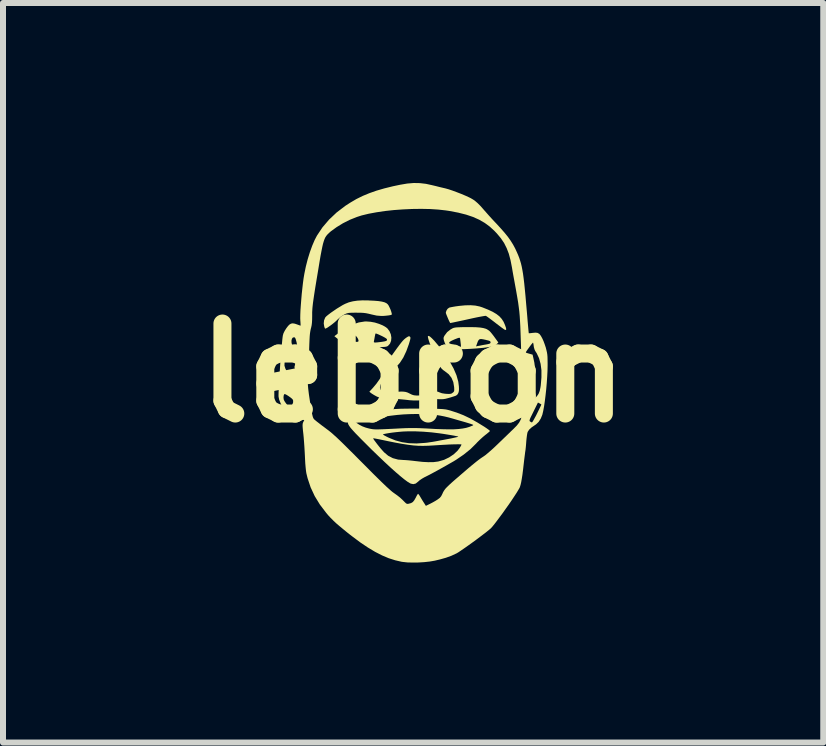
<source format=kicad_pcb>
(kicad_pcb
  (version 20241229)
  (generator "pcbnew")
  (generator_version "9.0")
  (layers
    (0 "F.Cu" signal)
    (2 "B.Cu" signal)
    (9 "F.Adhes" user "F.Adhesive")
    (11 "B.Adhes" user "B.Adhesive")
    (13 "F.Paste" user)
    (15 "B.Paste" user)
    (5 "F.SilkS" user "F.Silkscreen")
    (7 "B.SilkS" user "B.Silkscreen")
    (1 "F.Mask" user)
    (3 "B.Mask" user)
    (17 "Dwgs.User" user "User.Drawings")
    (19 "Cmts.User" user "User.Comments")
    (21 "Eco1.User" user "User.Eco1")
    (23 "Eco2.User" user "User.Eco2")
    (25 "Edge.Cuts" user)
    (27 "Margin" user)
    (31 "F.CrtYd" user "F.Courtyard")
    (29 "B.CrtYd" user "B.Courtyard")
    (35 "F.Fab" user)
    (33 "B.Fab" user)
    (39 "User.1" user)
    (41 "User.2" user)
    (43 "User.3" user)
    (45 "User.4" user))
  (footprint "lebron"
    (layer "F.Cu")
    (at 3.836 3.164)
    (property "Reference" "lebron" (at 0 0 0) (layer "F.SilkS") (effects (font (size 1.5 1.5) (thickness 0.3))))
    (attr board_only exclude_from_pos_files exclude_from_bom)
    (fp_poly (pts (xy 1.036 -1.121) (xy 1.108 -1.106) (xy 1.154 -1.091) (xy 1.249 -1.053) (xy 1.326 -1.017) (xy 1.388 -0.98) (xy 1.437 -0.942) (xy 1.476 -0.899) (xy 1.507 -0.851) (xy 1.532 -0.794) (xy 1.532 -0.793) (xy 1.547 -0.75) (xy 1.551 -0.724) (xy 1.545 -0.714) (xy 1.529 -0.718) (xy 1.517 -0.724) (xy 1.499 -0.737) (xy 1.468 -0.759) (xy 1.429 -0.789) (xy 1.384 -0.823) (xy 1.356 -0.845) (xy 1.311 -0.879) (xy 1.271 -0.909) (xy 1.239 -0.932) (xy 1.217 -0.947) (xy 1.21 -0.95) (xy 1.196 -0.949) (xy 1.165 -0.944) (xy 1.12 -0.936) (xy 1.063 -0.925) (xy 0.997 -0.911) (xy 0.925 -0.895) (xy 0.907 -0.891) (xy 0.834 -0.875) (xy 0.768 -0.861) (xy 0.711 -0.849) (xy 0.665 -0.839) (xy 0.634 -0.833) (xy 0.619 -0.83) (xy 0.618 -0.83) (xy 0.61 -0.843) (xy 0.597 -0.869) (xy 0.582 -0.903) (xy 0.567 -0.939) (xy 0.554 -0.971) (xy 0.546 -0.994) (xy 0.544 -1.001) (xy 0.553 -1.034) (xy 0.573 -1.066) (xy 0.601 -1.087) (xy 0.602 -1.087) (xy 0.622 -1.092) (xy 0.658 -1.099) (xy 0.704 -1.107) (xy 0.756 -1.114) (xy 0.761 -1.115) (xy 0.866 -1.125) (xy 0.957 -1.127)) (stroke (width 0) (type solid)) (fill yes) (layer "F.SilkS"))
    (fp_poly (pts (xy -0.744 -1.207) (xy -0.742 -1.206) (xy -0.651 -1.202) (xy -0.578 -1.196) (xy -0.521 -1.187) (xy -0.478 -1.176) (xy -0.446 -1.161) (xy -0.423 -1.142) (xy -0.423 -1.141) (xy -0.408 -1.12) (xy -0.393 -1.089) (xy -0.377 -1.054) (xy -0.365 -1.019) (xy -0.357 -0.99) (xy -0.356 -0.973) (xy -0.357 -0.97) (xy -0.372 -0.964) (xy -0.403 -0.958) (xy -0.444 -0.953) (xy -0.491 -0.949) (xy -0.53 -0.948) (xy -0.607 -0.954) (xy -0.698 -0.974) (xy -0.701 -0.975) (xy -0.747 -0.986) (xy -0.787 -0.994) (xy -0.827 -0.999) (xy -0.875 -1.002) (xy -0.935 -1.002) (xy -0.942 -1.003) (xy -0.999 -1.002) (xy -1.041 -1.001) (xy -1.071 -0.999) (xy -1.095 -0.994) (xy -1.117 -0.987) (xy -1.142 -0.976) (xy -1.143 -0.975) (xy -1.199 -0.941) (xy -1.259 -0.89) (xy -1.269 -0.879) (xy -1.298 -0.852) (xy -1.334 -0.822) (xy -1.372 -0.793) (xy -1.409 -0.767) (xy -1.44 -0.747) (xy -1.462 -0.737) (xy -1.466 -0.736) (xy -1.472 -0.744) (xy -1.48 -0.765) (xy -1.482 -0.772) (xy -1.49 -0.822) (xy -1.485 -0.874) (xy -1.467 -0.919) (xy -1.462 -0.926) (xy -1.444 -0.945) (xy -1.413 -0.97) (xy -1.371 -1.002) (xy -1.323 -1.035) (xy -1.272 -1.07) (xy -1.221 -1.101) (xy -1.175 -1.129) (xy -1.136 -1.149) (xy -1.134 -1.15) (xy -1.072 -1.175) (xy -1.005 -1.192) (xy -0.931 -1.203) (xy -0.845 -1.208)) (stroke (width 0) (type solid)) (fill yes) (layer "F.SilkS"))
    (fp_poly (pts (xy -0.709 -0.851) (xy -0.638 -0.838) (xy -0.568 -0.816) (xy -0.505 -0.79) (xy -0.454 -0.76) (xy -0.429 -0.74) (xy -0.394 -0.693) (xy -0.372 -0.641) (xy -0.363 -0.586) (xy -0.368 -0.533) (xy -0.386 -0.487) (xy -0.418 -0.451) (xy -0.42 -0.449) (xy -0.432 -0.442) (xy -0.447 -0.437) (xy -0.469 -0.433) (xy -0.5 -0.431) (xy -0.544 -0.429) (xy -0.605 -0.428) (xy -0.624 -0.427) (xy -0.688 -0.427) (xy -0.751 -0.428) (xy -0.808 -0.429) (xy -0.853 -0.432) (xy -0.874 -0.434) (xy -0.983 -0.453) (xy -1.085 -0.482) (xy -1.16 -0.512) (xy -0.655 -0.512) (xy -0.649 -0.507) (xy -0.629 -0.505) (xy -0.594 -0.508) (xy -0.541 -0.514) (xy -0.519 -0.517) (xy -0.478 -0.524) (xy -0.453 -0.531) (xy -0.44 -0.538) (xy -0.436 -0.549) (xy -0.436 -0.549) (xy -0.437 -0.56) (xy -0.448 -0.572) (xy -0.471 -0.587) (xy -0.508 -0.607) (xy -0.529 -0.617) (xy -0.578 -0.64) (xy -0.61 -0.653) (xy -0.627 -0.655) (xy -0.629 -0.653) (xy -0.633 -0.635) (xy -0.639 -0.607) (xy -0.645 -0.573) (xy -0.651 -0.541) (xy -0.655 -0.519) (xy -0.655 -0.512) (xy -1.16 -0.512) (xy -1.175 -0.518) (xy -1.251 -0.562) (xy -1.26 -0.569) (xy -1.104 -0.569) (xy -1.1 -0.558) (xy -1.086 -0.549) (xy -1.059 -0.539) (xy -1.033 -0.533) (xy -0.982 -0.522) (xy -0.948 -0.516) (xy -0.926 -0.517) (xy -0.914 -0.523) (xy -0.911 -0.529) (xy -0.912 -0.548) (xy -0.923 -0.574) (xy -0.94 -0.6) (xy -0.959 -0.618) (xy -0.96 -0.618) (xy -0.98 -0.622) (xy -1.009 -0.619) (xy -1.043 -0.609) (xy -1.073 -0.597) (xy -1.096 -0.582) (xy -1.104 -0.569) (xy -1.26 -0.569) (xy -1.279 -0.583) (xy -1.313 -0.611) (xy -1.223 -0.679) (xy -1.116 -0.752) (xy -1.01 -0.805) (xy -0.906 -0.84) (xy -0.805 -0.856) (xy -0.776 -0.856)) (stroke (width 0) (type solid)) (fill yes) (layer "F.SilkS"))
    (fp_poly (pts (xy 1.051 -0.76) (xy 1.116 -0.755) (xy 1.167 -0.747) (xy 1.207 -0.736) (xy 1.228 -0.727) (xy 1.249 -0.714) (xy 1.269 -0.7) (xy 1.289 -0.68) (xy 1.313 -0.651) (xy 1.344 -0.611) (xy 1.364 -0.583) (xy 1.42 -0.506) (xy 1.396 -0.482) (xy 1.373 -0.464) (xy 1.342 -0.45) (xy 1.299 -0.437) (xy 1.243 -0.427) (xy 1.171 -0.417) (xy 1.082 -0.409) (xy 1.075 -0.408) (xy 0.958 -0.4) (xy 0.855 -0.395) (xy 0.768 -0.393) (xy 0.697 -0.395) (xy 0.644 -0.4) (xy 0.61 -0.408) (xy 0.607 -0.41) (xy 0.564 -0.442) (xy 0.531 -0.489) (xy 0.525 -0.505) (xy 0.6 -0.505) (xy 0.602 -0.493) (xy 0.603 -0.492) (xy 0.614 -0.487) (xy 0.64 -0.478) (xy 0.674 -0.468) (xy 0.713 -0.456) (xy 0.75 -0.446) (xy 0.78 -0.437) (xy 0.795 -0.434) (xy 0.796 -0.441) (xy 1.048 -0.441) (xy 1.081 -0.448) (xy 1.106 -0.452) (xy 1.144 -0.46) (xy 1.188 -0.468) (xy 1.202 -0.47) (xy 1.244 -0.478) (xy 1.271 -0.485) (xy 1.284 -0.492) (xy 1.29 -0.502) (xy 1.29 -0.508) (xy 1.288 -0.52) (xy 1.278 -0.53) (xy 1.256 -0.538) (xy 1.218 -0.547) (xy 1.217 -0.548) (xy 1.166 -0.559) (xy 1.131 -0.564) (xy 1.107 -0.56) (xy 1.091 -0.546) (xy 1.077 -0.521) (xy 1.063 -0.482) (xy 1.048 -0.441) (xy 0.796 -0.441) (xy 0.796 -0.443) (xy 0.795 -0.467) (xy 0.791 -0.5) (xy 0.791 -0.501) (xy 0.787 -0.537) (xy 0.783 -0.566) (xy 0.779 -0.581) (xy 0.771 -0.585) (xy 0.75 -0.581) (xy 0.716 -0.568) (xy 0.693 -0.559) (xy 0.644 -0.537) (xy 0.613 -0.519) (xy 0.6 -0.505) (xy 0.525 -0.505) (xy 0.514 -0.536) (xy 0.507 -0.567) (xy 0.508 -0.589) (xy 0.518 -0.612) (xy 0.528 -0.628) (xy 0.567 -0.679) (xy 0.622 -0.722) (xy 0.655 -0.741) (xy 0.671 -0.748) (xy 0.691 -0.753) (xy 0.717 -0.757) (xy 0.754 -0.759) (xy 0.805 -0.761) (xy 0.872 -0.762) (xy 0.97 -0.762)) (stroke (width 0) (type solid)) (fill yes) (layer "F.SilkS"))
    (fp_poly (pts (xy 0.278 -0.606) (xy 0.31 -0.578) (xy 0.353 -0.534) (xy 0.405 -0.472) (xy 0.416 -0.46) (xy 0.52 -0.324) (xy 0.606 -0.195) (xy 0.673 -0.074) (xy 0.722 0.04) (xy 0.752 0.147) (xy 0.762 0.225) (xy 0.764 0.271) (xy 0.762 0.303) (xy 0.756 0.327) (xy 0.749 0.343) (xy 0.74 0.358) (xy 0.728 0.37) (xy 0.711 0.381) (xy 0.683 0.391) (xy 0.642 0.404) (xy 0.62 0.411) (xy 0.573 0.424) (xy 0.537 0.433) (xy 0.505 0.438) (xy 0.472 0.44) (xy 0.43 0.439) (xy 0.378 0.437) (xy 0.313 0.435) (xy 0.262 0.436) (xy 0.22 0.44) (xy 0.182 0.447) (xy 0.178 0.448) (xy 0.13 0.457) (xy 0.078 0.461) (xy 0.018 0.461) (xy -0.053 0.457) (xy -0.14 0.447) (xy -0.141 0.447) (xy -0.196 0.442) (xy -0.263 0.436) (xy -0.335 0.43) (xy -0.402 0.426) (xy -0.41 0.425) (xy -0.471 0.421) (xy -0.516 0.418) (xy -0.549 0.413) (xy -0.574 0.407) (xy -0.597 0.399) (xy -0.617 0.389) (xy -0.653 0.369) (xy -0.685 0.349) (xy -0.701 0.338) (xy -0.73 0.315) (xy -0.671 0.251) (xy -0.613 0.182) (xy -0.558 0.104) (xy -0.51 0.024) (xy -0.473 -0.052) (xy -0.464 -0.073) (xy -0.444 -0.125) (xy -0.427 -0.167) (xy -0.41 -0.202) (xy -0.391 -0.235) (xy -0.367 -0.273) (xy -0.335 -0.319) (xy -0.315 -0.347) (xy -0.268 -0.412) (xy -0.23 -0.463) (xy -0.2 -0.502) (xy -0.175 -0.532) (xy -0.153 -0.555) (xy -0.132 -0.573) (xy -0.113 -0.587) (xy -0.086 -0.604) (xy -0.07 -0.61) (xy -0.059 -0.607) (xy -0.053 -0.602) (xy -0.047 -0.593) (xy -0.045 -0.581) (xy -0.048 -0.561) (xy -0.056 -0.53) (xy -0.07 -0.483) (xy -0.07 -0.482) (xy -0.114 -0.361) (xy -0.164 -0.255) (xy -0.221 -0.167) (xy -0.283 -0.096) (xy -0.289 -0.09) (xy -0.342 -0.04) (xy -0.394 0.012) (xy -0.442 0.063) (xy -0.483 0.109) (xy -0.514 0.146) (xy -0.521 0.156) (xy -0.546 0.202) (xy -0.554 0.241) (xy -0.545 0.276) (xy -0.521 0.308) (xy -0.484 0.336) (xy -0.444 0.349) (xy -0.396 0.347) (xy -0.343 0.334) (xy -0.252 0.315) (xy -0.198 0.312) (xy -0.155 0.314) (xy -0.122 0.319) (xy -0.091 0.329) (xy -0.059 0.345) (xy -0.02 0.364) (xy 0.013 0.374) (xy 0.051 0.378) (xy 0.075 0.378) (xy 0.117 0.377) (xy 0.15 0.371) (xy 0.184 0.358) (xy 0.217 0.343) (xy 0.285 0.317) (xy 0.351 0.307) (xy 0.41 0.314) (xy 0.443 0.327) (xy 0.479 0.34) (xy 0.529 0.348) (xy 0.554 0.35) (xy 0.595 0.352) (xy 0.621 0.35) (xy 0.64 0.345) (xy 0.657 0.333) (xy 0.659 0.332) (xy 0.674 0.319) (xy 0.682 0.306) (xy 0.685 0.287) (xy 0.684 0.256) (xy 0.683 0.238) (xy 0.669 0.154) (xy 0.639 0.083) (xy 0.592 0.023) (xy 0.529 -0.026) (xy 0.529 -0.026) (xy 0.498 -0.048) (xy 0.471 -0.074) (xy 0.465 -0.081) (xy 0.445 -0.112) (xy 0.422 -0.155) (xy 0.396 -0.208) (xy 0.369 -0.267) (xy 0.341 -0.329) (xy 0.315 -0.393) (xy 0.291 -0.453) (xy 0.271 -0.508) (xy 0.256 -0.554) (xy 0.247 -0.589) (xy 0.245 -0.608) (xy 0.245 -0.61) (xy 0.257 -0.616)) (stroke (width 0) (type solid)) (fill yes) (layer "F.SilkS"))
    (fp_poly (pts (xy 0.121 0.596) (xy 0.171 0.597) (xy 0.265 0.598) (xy 0.34 0.599) (xy 0.401 0.6) (xy 0.449 0.602) (xy 0.487 0.604) (xy 0.518 0.607) (xy 0.544 0.61) (xy 0.568 0.615) (xy 0.592 0.621) (xy 0.615 0.627) (xy 0.727 0.663) (xy 0.838 0.706) (xy 0.951 0.76) (xy 1.07 0.827) (xy 1.187 0.899) (xy 1.224 0.924) (xy 1.255 0.946) (xy 1.274 0.962) (xy 1.28 0.968) (xy 1.273 0.978) (xy 1.252 0.996) (xy 1.223 1.02) (xy 1.202 1.036) (xy 1.16 1.071) (xy 1.112 1.115) (xy 1.067 1.159) (xy 1.05 1.178) (xy 0.955 1.272) (xy 0.842 1.363) (xy 0.716 1.449) (xy 0.672 1.476) (xy 0.614 1.509) (xy 0.546 1.548) (xy 0.473 1.589) (xy 0.399 1.63) (xy 0.327 1.669) (xy 0.261 1.704) (xy 0.206 1.732) (xy 0.189 1.74) (xy 0.149 1.763) (xy 0.109 1.79) (xy 0.082 1.814) (xy 0.043 1.845) (xy 0.004 1.855) (xy -0.038 1.847) (xy -0.053 1.84) (xy -0.094 1.815) (xy -0.148 1.775) (xy -0.213 1.722) (xy -0.29 1.656) (xy -0.376 1.579) (xy -0.472 1.49) (xy -0.576 1.391) (xy -0.688 1.283) (xy -0.806 1.165) (xy -0.88 1.091) (xy -0.666 1.091) (xy -0.664 1.099) (xy -0.651 1.12) (xy -0.629 1.149) (xy -0.602 1.185) (xy -0.572 1.223) (xy -0.541 1.261) (xy -0.511 1.295) (xy -0.486 1.323) (xy -0.486 1.323) (xy -0.416 1.382) (xy -0.339 1.422) (xy -0.251 1.446) (xy -0.172 1.452) (xy -0.132 1.454) (xy -0.079 1.458) (xy -0.019 1.464) (xy 0.039 1.471) (xy 0.04 1.471) (xy 0.155 1.484) (xy 0.253 1.489) (xy 0.338 1.488) (xy 0.41 1.479) (xy 0.425 1.476) (xy 0.515 1.45) (xy 0.6 1.409) (xy 0.676 1.358) (xy 0.74 1.298) (xy 0.775 1.252) (xy 0.792 1.224) (xy 0.803 1.203) (xy 0.806 1.195) (xy 0.797 1.192) (xy 0.77 1.191) (xy 0.728 1.191) (xy 0.673 1.192) (xy 0.609 1.194) (xy 0.538 1.198) (xy 0.463 1.202) (xy 0.385 1.207) (xy 0.338 1.21) (xy 0.251 1.215) (xy 0.168 1.217) (xy 0.087 1.216) (xy 0.004 1.21) (xy -0.085 1.199) (xy -0.183 1.184) (xy -0.293 1.164) (xy -0.418 1.139) (xy -0.446 1.133) (xy -0.508 1.12) (xy -0.565 1.108) (xy -0.612 1.099) (xy -0.646 1.093) (xy -0.664 1.091) (xy -0.666 1.091) (xy -0.88 1.091) (xy -0.893 1.077) (xy -0.941 1.028) (xy -0.504 1.028) (xy -0.495 1.035) (xy -0.472 1.048) (xy -0.438 1.066) (xy -0.405 1.082) (xy -0.296 1.126) (xy -0.185 1.156) (xy -0.069 1.173) (xy 0.056 1.177) (xy 0.192 1.168) (xy 0.232 1.164) (xy 0.271 1.158) (xy 0.32 1.151) (xy 0.378 1.141) (xy 0.441 1.129) (xy 0.506 1.117) (xy 0.569 1.105) (xy 0.628 1.094) (xy 0.679 1.083) (xy 0.719 1.074) (xy 0.745 1.068) (xy 0.753 1.065) (xy 0.746 1.061) (xy 0.721 1.055) (xy 0.682 1.047) (xy 0.63 1.038) (xy 0.569 1.028) (xy 0.501 1.017) (xy 0.438 1.008) (xy 0.305 0.992) (xy 0.169 0.981) (xy 0.036 0.975) (xy -0.087 0.975) (xy -0.167 0.978) (xy -0.227 0.983) (xy -0.288 0.989) (xy -0.347 0.996) (xy -0.402 1.004) (xy -0.448 1.012) (xy -0.482 1.019) (xy -0.501 1.025) (xy -0.504 1.028) (xy -0.941 1.028) (xy -0.956 1.013) (xy -1.004 0.961) (xy -1.041 0.919) (xy -1.066 0.884) (xy -1.082 0.856) (xy -1.089 0.831) (xy -1.089 0.819) (xy -0.961 0.819) (xy -0.937 0.839) (xy -0.898 0.865) (xy -0.848 0.891) (xy -0.796 0.911) (xy -0.776 0.917) (xy -0.747 0.925) (xy -0.722 0.931) (xy -0.696 0.936) (xy -0.67 0.94) (xy -0.639 0.942) (xy -0.603 0.943) (xy -0.558 0.942) (xy -0.502 0.94) (xy -0.434 0.937) (xy -0.351 0.933) (xy -0.251 0.928) (xy -0.217 0.926) (xy -0.126 0.922) (xy -0.047 0.92) (xy 0.028 0.92) (xy 0.106 0.922) (xy 0.194 0.926) (xy 0.237 0.928) (xy 0.374 0.936) (xy 0.492 0.94) (xy 0.595 0.942) (xy 0.684 0.941) (xy 0.76 0.936) (xy 0.826 0.928) (xy 0.883 0.917) (xy 0.934 0.902) (xy 0.971 0.887) (xy 0.986 0.881) (xy 0.997 0.876) (xy 1.001 0.871) (xy 0.998 0.866) (xy 0.985 0.86) (xy 0.96 0.851) (xy 0.922 0.839) (xy 0.869 0.823) (xy 0.799 0.803) (xy 0.778 0.797) (xy 0.678 0.768) (xy 0.593 0.744) (xy 0.518 0.726) (xy 0.451 0.713) (xy 0.387 0.703) (xy 0.322 0.696) (xy 0.252 0.691) (xy 0.174 0.688) (xy 0.158 0.688) (xy 0.047 0.686) (xy -0.059 0.688) (xy -0.163 0.693) (xy -0.268 0.702) (xy -0.378 0.715) (xy -0.497 0.733) (xy -0.628 0.756) (xy -0.745 0.778) (xy -0.961 0.819) (xy -1.089 0.819) (xy -1.09 0.808) (xy -1.084 0.785) (xy -1.082 0.782) (xy -1.069 0.766) (xy -1.044 0.749) (xy -1.014 0.735) (xy -0.987 0.726) (xy -0.98 0.726) (xy -0.964 0.723) (xy -0.932 0.717) (xy -0.889 0.707) (xy -0.839 0.695) (xy -0.816 0.69) (xy -0.721 0.667) (xy -0.634 0.648) (xy -0.553 0.633) (xy -0.474 0.62) (xy -0.394 0.611) (xy -0.311 0.604) (xy -0.221 0.599) (xy -0.121 0.597) (xy -0.008 0.596)) (stroke (width 0) (type solid)) (fill yes) (layer "F.SilkS"))
    (fp_poly (pts (xy 0.111 -3.162) (xy 0.214 -3.15) (xy 0.318 -3.127) (xy 0.377 -3.113) (xy 0.44 -3.097) (xy 0.499 -3.083) (xy 0.534 -3.075) (xy 0.588 -3.06) (xy 0.654 -3.038) (xy 0.727 -3.011) (xy 0.802 -2.982) (xy 0.873 -2.952) (xy 0.934 -2.924) (xy 0.96 -2.911) (xy 1.001 -2.887) (xy 1.038 -2.86) (xy 1.076 -2.827) (xy 1.118 -2.785) (xy 1.167 -2.73) (xy 1.179 -2.716) (xy 1.217 -2.673) (xy 1.263 -2.621) (xy 1.313 -2.566) (xy 1.362 -2.513) (xy 1.378 -2.497) (xy 1.457 -2.411) (xy 1.523 -2.336) (xy 1.579 -2.267) (xy 1.625 -2.202) (xy 1.665 -2.138) (xy 1.701 -2.071) (xy 1.733 -2.001) (xy 1.752 -1.957) (xy 1.769 -1.913) (xy 1.783 -1.87) (xy 1.797 -1.823) (xy 1.809 -1.773) (xy 1.82 -1.716) (xy 1.831 -1.652) (xy 1.841 -1.578) (xy 1.851 -1.494) (xy 1.861 -1.395) (xy 1.872 -1.282) (xy 1.883 -1.153) (xy 1.895 -1.019) (xy 1.902 -0.937) (xy 1.908 -0.861) (xy 1.914 -0.794) (xy 1.919 -0.738) (xy 1.923 -0.695) (xy 1.926 -0.669) (xy 1.927 -0.66) (xy 1.938 -0.66) (xy 1.963 -0.662) (xy 1.994 -0.666) (xy 2.041 -0.67) (xy 2.076 -0.665) (xy 2.104 -0.648) (xy 2.129 -0.616) (xy 2.153 -0.572) (xy 2.173 -0.528) (xy 2.193 -0.474) (xy 2.211 -0.42) (xy 2.215 -0.404) (xy 2.224 -0.367) (xy 2.231 -0.335) (xy 2.236 -0.302) (xy 2.239 -0.264) (xy 2.24 -0.218) (xy 2.241 -0.158) (xy 2.241 -0.121) (xy 2.239 -0.033) (xy 2.234 0.063) (xy 2.227 0.166) (xy 2.218 0.27) (xy 2.207 0.372) (xy 2.195 0.469) (xy 2.182 0.558) (xy 2.168 0.634) (xy 2.154 0.694) (xy 2.152 0.701) (xy 2.127 0.762) (xy 2.092 0.817) (xy 2.049 0.858) (xy 2.036 0.867) (xy 1.977 0.907) (xy 1.934 0.946) (xy 1.909 0.984) (xy 1.908 0.986) (xy 1.902 1.009) (xy 1.896 1.046) (xy 1.89 1.094) (xy 1.885 1.146) (xy 1.885 1.149) (xy 1.881 1.2) (xy 1.877 1.245) (xy 1.873 1.281) (xy 1.87 1.301) (xy 1.87 1.302) (xy 1.867 1.319) (xy 1.863 1.353) (xy 1.857 1.399) (xy 1.85 1.454) (xy 1.844 1.507) (xy 1.832 1.612) (xy 1.821 1.699) (xy 1.81 1.769) (xy 1.8 1.825) (xy 1.79 1.868) (xy 1.78 1.9) (xy 1.773 1.918) (xy 1.752 1.954) (xy 1.722 2.003) (xy 1.684 2.061) (xy 1.641 2.126) (xy 1.593 2.196) (xy 1.542 2.267) (xy 1.492 2.338) (xy 1.442 2.405) (xy 1.396 2.467) (xy 1.356 2.519) (xy 1.322 2.561) (xy 1.297 2.589) (xy 1.294 2.592) (xy 1.265 2.617) (xy 1.224 2.65) (xy 1.172 2.69) (xy 1.113 2.735) (xy 1.049 2.783) (xy 0.983 2.831) (xy 0.919 2.877) (xy 0.858 2.92) (xy 0.804 2.957) (xy 0.76 2.987) (xy 0.727 3.007) (xy 0.721 3.01) (xy 0.637 3.049) (xy 0.546 3.082) (xy 0.443 3.111) (xy 0.358 3.131) (xy 0.277 3.145) (xy 0.185 3.155) (xy 0.089 3.161) (xy -0.006 3.162) (xy -0.094 3.16) (xy -0.17 3.152) (xy -0.192 3.149) (xy -0.3 3.124) (xy -0.409 3.089) (xy -0.52 3.042) (xy -0.635 2.983) (xy -0.755 2.911) (xy -0.883 2.825) (xy -1.019 2.723) (xy -1.089 2.669) (xy -1.167 2.605) (xy -1.232 2.551) (xy -1.287 2.504) (xy -1.333 2.46) (xy -1.375 2.418) (xy -1.415 2.375) (xy -1.45 2.333) (xy -1.555 2.195) (xy -1.641 2.054) (xy -1.709 1.908) (xy -1.76 1.755) (xy -1.78 1.673) (xy -1.786 1.634) (xy -1.792 1.578) (xy -1.798 1.51) (xy -1.802 1.434) (xy -1.804 1.391) (xy -1.808 1.314) (xy -1.813 1.23) (xy -1.819 1.146) (xy -1.825 1.07) (xy -1.83 1.02) (xy -1.837 0.959) (xy -1.841 0.914) (xy -1.843 0.882) (xy -1.842 0.859) (xy -1.84 0.843) (xy -1.835 0.828) (xy -1.832 0.822) (xy -1.815 0.787) (xy -1.868 0.776) (xy -1.95 0.751) (xy -2.028 0.71) (xy -2.097 0.656) (xy -2.156 0.593) (xy -2.203 0.523) (xy -2.233 0.448) (xy -2.24 0.414) (xy -2.161 0.414) (xy -2.157 0.445) (xy -2.156 0.448) (xy -2.145 0.471) (xy -2.124 0.502) (xy -2.101 0.532) (xy -2.054 0.585) (xy -2.03 0.554) (xy -2.013 0.525) (xy -2.001 0.496) (xy -2.001 0.493) (xy -2 0.464) (xy -2.007 0.445) (xy -2.022 0.429) (xy -2.047 0.409) (xy -2.078 0.387) (xy -2.108 0.368) (xy -2.132 0.356) (xy -2.142 0.353) (xy -2.152 0.362) (xy -2.159 0.384) (xy -2.161 0.414) (xy -2.24 0.414) (xy -2.243 0.4) (xy -2.244 0.377) (xy -2.243 0.335) (xy -2.241 0.279) (xy -2.238 0.21) (xy -2.233 0.132) (xy -2.228 0.046) (xy -2.222 -0.044) (xy -2.217 -0.119) (xy -2.145 -0.119) (xy -2.128 -0.066) (xy -2.117 -0.047) (xy -2.099 -0.021) (xy -2.085 -0.004) (xy -2.079 0) (xy -2.067 0.006) (xy -2.046 0.022) (xy -2.033 0.034) (xy -2.009 0.059) (xy -1.998 0.081) (xy -1.996 0.108) (xy -1.992 0.14) (xy -1.979 0.16) (xy -1.973 0.165) (xy -1.952 0.178) (xy -1.939 0.178) (xy -1.924 0.166) (xy -1.92 0.161) (xy -1.908 0.135) (xy -1.908 0.116) (xy -1.759 0.116) (xy -1.756 0.185) (xy -1.749 0.265) (xy -1.738 0.356) (xy -1.722 0.463) (xy -1.704 0.578) (xy -1.693 0.642) (xy -1.683 0.69) (xy -1.675 0.725) (xy -1.667 0.748) (xy -1.658 0.765) (xy -1.652 0.773) (xy -1.636 0.787) (xy -1.607 0.811) (xy -1.568 0.841) (xy -1.522 0.877) (xy -1.472 0.914) (xy -1.439 0.939) (xy -1.408 0.962) (xy -1.378 0.986) (xy -1.347 1.012) (xy -1.315 1.041) (xy -1.278 1.074) (xy -1.237 1.113) (xy -1.189 1.159) (xy -1.134 1.213) (xy -1.07 1.277) (xy -0.994 1.352) (xy -0.907 1.44) (xy -0.857 1.49) (xy -0.759 1.588) (xy -0.675 1.673) (xy -0.602 1.745) (xy -0.54 1.806) (xy -0.487 1.857) (xy -0.443 1.899) (xy -0.405 1.933) (xy -0.374 1.961) (xy -0.348 1.983) (xy -0.325 2) (xy -0.311 2.01) (xy -0.266 2.042) (xy -0.219 2.079) (xy -0.18 2.115) (xy -0.167 2.128) (xy -0.138 2.157) (xy -0.119 2.175) (xy -0.103 2.183) (xy -0.087 2.184) (xy -0.073 2.181) (xy -0.035 2.171) (xy -0.005 2.153) (xy 0.019 2.123) (xy 0.043 2.081) (xy 0.059 2.049) (xy 0.073 2.026) (xy 0.081 2.016) (xy 0.082 2.016) (xy 0.09 2.024) (xy 0.105 2.044) (xy 0.117 2.064) (xy 0.139 2.101) (xy 0.164 2.142) (xy 0.179 2.165) (xy 0.212 2.217) (xy 0.285 2.181) (xy 0.329 2.158) (xy 0.373 2.133) (xy 0.409 2.11) (xy 0.409 2.11) (xy 0.444 2.084) (xy 0.467 2.056) (xy 0.487 2.017) (xy 0.498 1.992) (xy 0.511 1.969) (xy 0.526 1.947) (xy 0.545 1.923) (xy 0.572 1.896) (xy 0.606 1.863) (xy 0.65 1.823) (xy 0.706 1.774) (xy 0.776 1.714) (xy 0.779 1.711) (xy 0.857 1.644) (xy 0.922 1.588) (xy 0.976 1.543) (xy 1.02 1.507) (xy 1.057 1.477) (xy 1.088 1.453) (xy 1.116 1.432) (xy 1.142 1.414) (xy 1.169 1.396) (xy 1.174 1.393) (xy 1.205 1.371) (xy 1.247 1.336) (xy 1.298 1.292) (xy 1.355 1.24) (xy 1.416 1.182) (xy 1.423 1.175) (xy 1.478 1.122) (xy 1.533 1.069) (xy 1.585 1.019) (xy 1.631 0.974) (xy 1.667 0.94) (xy 1.68 0.927) (xy 1.729 0.877) (xy 1.765 0.831) (xy 1.782 0.8) (xy 1.94 0.8) (xy 1.944 0.807) (xy 1.95 0.812) (xy 1.969 0.823) (xy 1.98 0.827) (xy 1.988 0.818) (xy 2.003 0.794) (xy 2.023 0.758) (xy 2.047 0.714) (xy 2.064 0.68) (xy 2.088 0.631) (xy 2.109 0.588) (xy 2.125 0.555) (xy 2.135 0.534) (xy 2.137 0.529) (xy 2.129 0.522) (xy 2.11 0.511) (xy 2.108 0.51) (xy 2.08 0.495) (xy 2.005 0.647) (xy 1.978 0.702) (xy 1.958 0.742) (xy 1.946 0.77) (xy 1.941 0.788) (xy 1.94 0.8) (xy 1.782 0.8) (xy 1.791 0.783) (xy 1.812 0.726) (xy 1.82 0.695) (xy 1.825 0.675) (xy 1.828 0.652) (xy 1.831 0.624) (xy 1.832 0.59) (xy 1.833 0.548) (xy 1.832 0.496) (xy 1.831 0.432) (xy 1.828 0.355) (xy 1.825 0.263) (xy 1.82 0.154) (xy 1.815 0.035) (xy 1.812 -0.027) (xy 1.809 -0.106) (xy 1.806 -0.196) (xy 1.802 -0.293) (xy 1.801 -0.338) (xy 1.876 -0.338) (xy 1.887 -0.334) (xy 1.911 -0.326) (xy 1.935 -0.319) (xy 1.991 -0.303) (xy 2.008 -0.225) (xy 2.02 -0.169) (xy 2.025 -0.128) (xy 2.023 -0.099) (xy 2.012 -0.078) (xy 1.992 -0.061) (xy 1.96 -0.045) (xy 1.958 -0.044) (xy 1.93 -0.029) (xy 1.909 -0.014) (xy 1.894 0.004) (xy 1.885 0.03) (xy 1.881 0.064) (xy 1.88 0.112) (xy 1.883 0.175) (xy 1.885 0.213) (xy 1.89 0.287) (xy 1.894 0.344) (xy 1.898 0.385) (xy 1.903 0.415) (xy 1.909 0.435) (xy 1.915 0.448) (xy 1.917 0.451) (xy 1.939 0.463) (xy 1.969 0.46) (xy 2.005 0.442) (xy 2.024 0.428) (xy 2.062 0.39) (xy 2.09 0.35) (xy 2.109 0.302) (xy 2.122 0.241) (xy 2.127 0.207) (xy 2.138 0.074) (xy 2.138 -0.045) (xy 2.124 -0.15) (xy 2.098 -0.244) (xy 2.059 -0.327) (xy 2.034 -0.365) (xy 2.022 -0.392) (xy 2.012 -0.428) (xy 2.009 -0.449) (xy 2.005 -0.479) (xy 2 -0.499) (xy 1.997 -0.504) (xy 1.989 -0.496) (xy 1.972 -0.476) (xy 1.951 -0.449) (xy 1.928 -0.417) (xy 1.906 -0.387) (xy 1.888 -0.36) (xy 1.877 -0.343) (xy 1.876 -0.338) (xy 1.801 -0.338) (xy 1.799 -0.393) (xy 1.796 -0.492) (xy 1.794 -0.544) (xy 1.79 -0.666) (xy 1.786 -0.772) (xy 1.781 -0.864) (xy 1.776 -0.946) (xy 1.769 -1.023) (xy 1.76 -1.096) (xy 1.75 -1.17) (xy 1.737 -1.249) (xy 1.722 -1.335) (xy 1.714 -1.381) (xy 1.7 -1.457) (xy 1.685 -1.54) (xy 1.67 -1.621) (xy 1.657 -1.694) (xy 1.647 -1.754) (xy 1.623 -1.877) (xy 1.595 -1.983) (xy 1.559 -2.077) (xy 1.516 -2.163) (xy 1.462 -2.243) (xy 1.396 -2.322) (xy 1.356 -2.364) (xy 1.278 -2.436) (xy 1.194 -2.498) (xy 1.101 -2.552) (xy 0.998 -2.598) (xy 0.882 -2.637) (xy 0.751 -2.67) (xy 0.604 -2.698) (xy 0.544 -2.707) (xy 0.419 -2.721) (xy 0.282 -2.73) (xy 0.136 -2.733) (xy -0.015 -2.731) (xy -0.169 -2.724) (xy -0.321 -2.713) (xy -0.47 -2.697) (xy -0.61 -2.676) (xy -0.74 -2.652) (xy -0.856 -2.624) (xy -0.937 -2.598) (xy -1.055 -2.551) (xy -1.17 -2.493) (xy -1.276 -2.428) (xy -1.37 -2.36) (xy -1.394 -2.339) (xy -1.415 -2.319) (xy -1.434 -2.3) (xy -1.45 -2.279) (xy -1.465 -2.256) (xy -1.478 -2.227) (xy -1.49 -2.193) (xy -1.503 -2.149) (xy -1.515 -2.096) (xy -1.528 -2.031) (xy -1.543 -1.953) (xy -1.559 -1.86) (xy -1.577 -1.749) (xy -1.592 -1.659) (xy -1.612 -1.539) (xy -1.629 -1.436) (xy -1.643 -1.348) (xy -1.654 -1.275) (xy -1.663 -1.213) (xy -1.67 -1.162) (xy -1.675 -1.117) (xy -1.679 -1.079) (xy -1.681 -1.044) (xy -1.683 -1.01) (xy -1.683 -0.976) (xy -1.683 -0.948) (xy -1.684 -0.883) (xy -1.687 -0.833) (xy -1.692 -0.792) (xy -1.7 -0.755) (xy -1.704 -0.741) (xy -1.71 -0.716) (xy -1.715 -0.688) (xy -1.72 -0.654) (xy -1.724 -0.612) (xy -1.727 -0.558) (xy -1.73 -0.491) (xy -1.733 -0.406) (xy -1.733 -0.393) (xy -1.736 -0.313) (xy -1.74 -0.233) (xy -1.744 -0.158) (xy -1.747 -0.09) (xy -1.751 -0.036) (xy -1.754 -0.003) (xy -1.758 0.054) (xy -1.759 0.116) (xy -1.908 0.116) (xy -1.909 0.098) (xy -1.922 0.047) (xy -1.949 -0.016) (xy -1.968 -0.058) (xy -1.977 -0.086) (xy -1.978 -0.104) (xy -1.975 -0.111) (xy -1.969 -0.134) (xy -1.966 -0.164) (xy -1.965 -0.166) (xy -1.968 -0.19) (xy -1.978 -0.211) (xy -1.999 -0.238) (xy -2.015 -0.255) (xy -2.044 -0.283) (xy -2.065 -0.296) (xy -2.082 -0.292) (xy -2.099 -0.272) (xy -2.12 -0.234) (xy -2.122 -0.23) (xy -2.143 -0.173) (xy -2.145 -0.119) (xy -2.217 -0.119) (xy -2.216 -0.137) (xy -2.209 -0.229) (xy -2.202 -0.319) (xy -2.195 -0.402) (xy -2.188 -0.478) (xy -2.182 -0.539) (xy -2.028 -0.539) (xy -2.027 -0.504) (xy -2.019 -0.468) (xy -2.003 -0.435) (xy -1.99 -0.419) (xy -1.969 -0.406) (xy -1.946 -0.404) (xy -1.931 -0.414) (xy -1.93 -0.416) (xy -1.929 -0.432) (xy -1.934 -0.461) (xy -1.941 -0.499) (xy -1.943 -0.509) (xy -1.954 -0.55) (xy -1.963 -0.575) (xy -1.972 -0.588) (xy -1.983 -0.593) (xy -2.005 -0.588) (xy -2.02 -0.569) (xy -2.028 -0.539) (xy -2.182 -0.539) (xy -2.182 -0.543) (xy -2.176 -0.595) (xy -2.171 -0.627) (xy -2.161 -0.66) (xy -2.14 -0.702) (xy -2.113 -0.744) (xy -2.085 -0.781) (xy -2.061 -0.805) (xy -2.035 -0.82) (xy -2.007 -0.825) (xy -1.971 -0.819) (xy -1.933 -0.806) (xy -1.903 -0.795) (xy -1.883 -0.788) (xy -1.877 -0.786) (xy -1.876 -0.795) (xy -1.877 -0.82) (xy -1.879 -0.855) (xy -1.88 -0.864) (xy -1.882 -0.909) (xy -1.881 -0.971) (xy -1.878 -1.045) (xy -1.872 -1.13) (xy -1.865 -1.22) (xy -1.857 -1.314) (xy -1.847 -1.406) (xy -1.837 -1.495) (xy -1.826 -1.577) (xy -1.814 -1.647) (xy -1.814 -1.648) (xy -1.789 -1.77) (xy -1.758 -1.892) (xy -1.722 -2.009) (xy -1.683 -2.117) (xy -1.642 -2.213) (xy -1.604 -2.286) (xy -1.512 -2.424) (xy -1.402 -2.553) (xy -1.275 -2.673) (xy -1.131 -2.783) (xy -1.049 -2.836) (xy -0.947 -2.896) (xy -0.842 -2.948) (xy -0.731 -2.994) (xy -0.612 -3.036) (xy -0.481 -3.074) (xy -0.335 -3.11) (xy -0.216 -3.135) (xy -0.098 -3.155) (xy 0.01 -3.164)) (stroke (width 0) (type solid)) (fill yes) (layer "F.SilkS")))
  (gr_rect
    (start -3 -3)
    (end 10.671 9.326)
    (stroke (width 0.1) (type default))
    (fill no)
    (layer "Edge.Cuts")))
</source>
